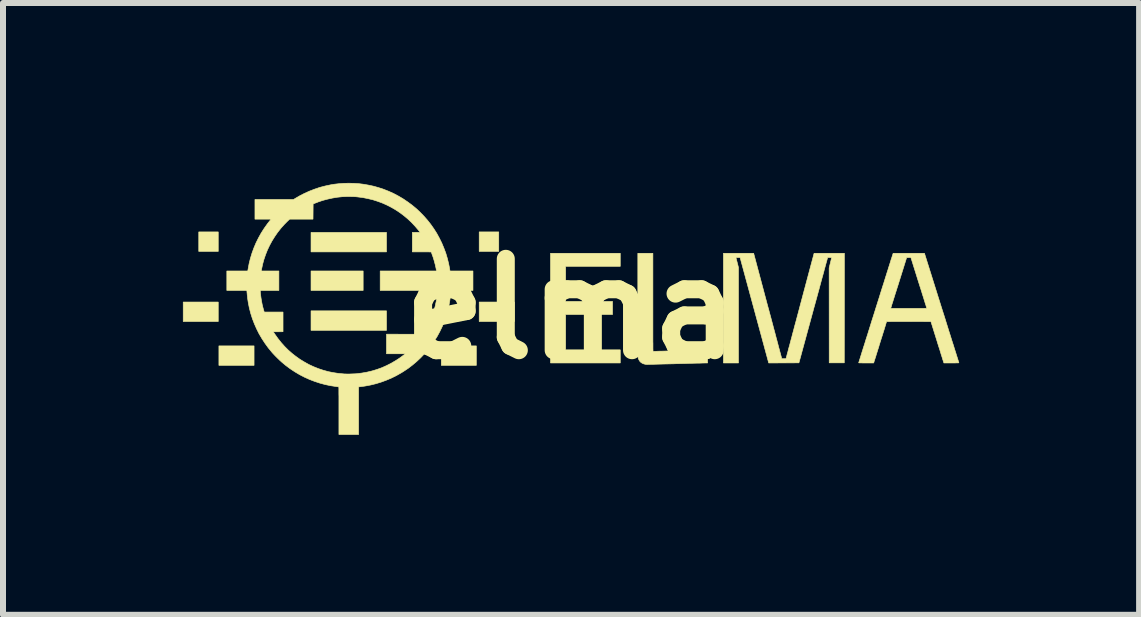
<source format=kicad_pcb>
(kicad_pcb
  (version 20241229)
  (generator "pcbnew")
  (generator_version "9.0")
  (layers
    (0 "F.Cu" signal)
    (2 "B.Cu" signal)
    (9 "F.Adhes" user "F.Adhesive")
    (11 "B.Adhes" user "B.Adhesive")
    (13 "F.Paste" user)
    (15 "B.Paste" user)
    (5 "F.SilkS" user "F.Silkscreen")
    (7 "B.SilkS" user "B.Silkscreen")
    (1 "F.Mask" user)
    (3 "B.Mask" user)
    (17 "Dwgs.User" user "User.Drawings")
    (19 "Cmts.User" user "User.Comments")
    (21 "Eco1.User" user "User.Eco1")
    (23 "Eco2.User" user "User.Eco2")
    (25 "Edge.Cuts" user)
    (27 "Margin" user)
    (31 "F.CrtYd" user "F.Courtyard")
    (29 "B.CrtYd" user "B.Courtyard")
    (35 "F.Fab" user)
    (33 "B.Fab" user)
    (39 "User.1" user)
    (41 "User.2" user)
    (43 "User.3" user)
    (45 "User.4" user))
  (footprint "elma"
    (layer "F.Cu")
    (at 6.472 2.1)
    (property "Reference" "elma" (at 0 0 0) (layer "F.SilkS") (effects (font (size 1.524 1.524) (thickness 0.3))))
    (attr through_hole)
    (fp_poly (pts (xy -5.883 -0.958) (xy -6.208 -0.958) (xy -6.208 -1.283) (xy -5.883 -1.283) (xy -5.883 -0.958)) (stroke (width 0.01) (type solid)) (fill yes) (layer "F.SilkS"))
    (fp_poly (pts (xy -5.883 0.211) (xy -6.467 0.211) (xy -6.467 -0.114) (xy -5.883 -0.114) (xy -5.883 0.211)) (stroke (width 0.01) (type solid)) (fill yes) (layer "F.SilkS"))
    (fp_poly (pts (xy -5.286 0.942) (xy -5.872 0.942) (xy -5.872 0.617) (xy -5.286 0.617) (xy -5.286 0.942)) (stroke (width 0.01) (type solid)) (fill yes) (layer "F.SilkS"))
    (fp_poly (pts (xy -3.467 -0.307) (xy -4.336 -0.307) (xy -4.336 -0.632) (xy -3.467 -0.632) (xy -3.467 -0.307)) (stroke (width 0.01) (type solid)) (fill yes) (layer "F.SilkS"))
    (fp_poly (pts (xy -3.078 -0.95) (xy -4.336 -0.95) (xy -4.336 -1.275) (xy -3.078 -1.275) (xy -3.078 -0.95)) (stroke (width 0.01) (type solid)) (fill yes) (layer "F.SilkS"))
    (fp_poly (pts (xy -3.078 0.358) (xy -4.336 0.358) (xy -4.336 0.033) (xy -3.078 0.033) (xy -3.078 0.358)) (stroke (width 0.01) (type solid)) (fill yes) (layer "F.SilkS"))
    (fp_poly (pts (xy -1.58 0.942) (xy -2.164 0.942) (xy -2.164 0.617) (xy -1.58 0.617) (xy -1.58 0.942)) (stroke (width 0.01) (type solid)) (fill yes) (layer "F.SilkS"))
    (fp_poly (pts (xy -1.206 -0.958) (xy -1.532 -0.958) (xy -1.532 -1.283) (xy -1.206 -1.283) (xy -1.206 -0.958)) (stroke (width 0.01) (type solid)) (fill yes) (layer "F.SilkS"))
    (fp_poly (pts (xy -0.947 0.211) (xy -1.532 0.211) (xy -1.532 -0.114) (xy -0.947 -0.114) (xy -0.947 0.211)) (stroke (width 0.01) (type solid)) (fill yes) (layer "F.SilkS"))
    (fp_poly (pts (xy 0.82 -0.709) (xy -0.091 -0.709) (xy -0.091 -0.124) (xy 0.691 -0.124) (xy 0.691 0.094) (xy -0.091 0.094) (xy -0.091 0.683) (xy 0.82 0.683) (xy 0.82 0.902) (xy -0.343 0.902) (xy -0.343 -0.927) (xy 0.82 -0.927) (xy 0.82 -0.709)) (stroke (width 0.01) (type solid)) (fill yes) (layer "F.SilkS"))
    (fp_poly (pts (xy 4.556 -0.013) (xy 4.555 0.9) (xy 4.304 0.9) (xy 4.303 -0.682) (xy 4.345 -0.856) (xy 4.278 -0.856) (xy 4.274 -0.84) (xy 4.273 -0.836) (xy 4.27 -0.828) (xy 4.267 -0.815) (xy 4.262 -0.798) (xy 4.256 -0.777) (xy 4.249 -0.751) (xy 4.241 -0.722) (xy 4.232 -0.689) (xy 4.222 -0.653) (xy 4.212 -0.613) (xy 4.2 -0.57) (xy 4.187 -0.524) (xy 4.174 -0.476) (xy 4.16 -0.425) (xy 4.146 -0.372) (xy 4.131 -0.316) (xy 4.115 -0.258) (xy 4.099 -0.199) (xy 4.082 -0.137) (xy 4.065 -0.075) (xy 4.047 -0.011) (xy 4.034 0.038) (xy 3.799 0.9) (xy 3.547 0.901) (xy 3.295 0.902) (xy 2.818 -0.856) (xy 2.749 -0.856) (xy 2.77 -0.773) (xy 2.791 -0.69) (xy 2.791 0.106) (xy 2.791 0.902) (xy 2.54 0.902) (xy 2.54 -0.927) (xy 3.044 -0.927) (xy 3.276 -0.056) (xy 3.294 0.009) (xy 3.311 0.073) (xy 3.328 0.135) (xy 3.344 0.196) (xy 3.36 0.255) (xy 3.375 0.313) (xy 3.39 0.368) (xy 3.404 0.421) (xy 3.417 0.471) (xy 3.43 0.519) (xy 3.442 0.564) (xy 3.453 0.606) (xy 3.463 0.645) (xy 3.473 0.68) (xy 3.481 0.712) (xy 3.489 0.74) (xy 3.495 0.765) (xy 3.501 0.785) (xy 3.505 0.801) (xy 3.508 0.813) (xy 3.51 0.82) (xy 3.511 0.822) (xy 3.513 0.831) (xy 3.583 0.831) (xy 3.586 0.82) (xy 3.587 0.817) (xy 3.589 0.809) (xy 3.592 0.797) (xy 3.597 0.78) (xy 3.602 0.759) (xy 3.609 0.734) (xy 3.617 0.705) (xy 3.625 0.672) (xy 3.635 0.636) (xy 3.646 0.597) (xy 3.657 0.554) (xy 3.669 0.509) (xy 3.682 0.461) (xy 3.695 0.41) (xy 3.71 0.356) (xy 3.724 0.301) (xy 3.74 0.243) (xy 3.756 0.184) (xy 3.772 0.123) (xy 3.789 0.06) (xy 3.806 -0.004) (xy 3.82 -0.058) (xy 4.052 -0.927) (xy 4.305 -0.927) (xy 4.557 -0.927) (xy 4.556 -0.013)) (stroke (width 0.01) (type solid)) (fill yes) (layer "F.SilkS"))
    (fp_poly (pts (xy 1.364 -0.033) (xy 1.364 0.039) (xy 1.364 0.106) (xy 1.364 0.168) (xy 1.364 0.226) (xy 1.364 0.28) (xy 1.364 0.329) (xy 1.364 0.375) (xy 1.364 0.416) (xy 1.364 0.454) (xy 1.364 0.489) (xy 1.364 0.521) (xy 1.364 0.549) (xy 1.365 0.574) (xy 1.365 0.597) (xy 1.365 0.616) (xy 1.365 0.634) (xy 1.365 0.649) (xy 1.365 0.662) (xy 1.365 0.673) (xy 1.366 0.682) (xy 1.366 0.689) (xy 1.366 0.695) (xy 1.366 0.7) (xy 1.367 0.703) (xy 1.367 0.706) (xy 1.367 0.707) (xy 1.368 0.708) (xy 1.368 0.709) (xy 1.368 0.709) (xy 1.371 0.709) (xy 1.379 0.708) (xy 1.392 0.708) (xy 1.408 0.708) (xy 1.429 0.707) (xy 1.453 0.706) (xy 1.481 0.705) (xy 1.512 0.705) (xy 1.547 0.704) (xy 1.584 0.703) (xy 1.623 0.701) (xy 1.665 0.7) (xy 1.708 0.699) (xy 1.754 0.698) (xy 1.8 0.696) (xy 1.816 0.696) (xy 1.863 0.695) (xy 1.909 0.693) (xy 1.953 0.692) (xy 1.996 0.691) (xy 2.036 0.69) (xy 2.074 0.689) (xy 2.11 0.688) (xy 2.142 0.687) (xy 2.172 0.686) (xy 2.198 0.685) (xy 2.22 0.685) (xy 2.238 0.684) (xy 2.252 0.684) (xy 2.262 0.683) (xy 2.267 0.683) (xy 2.268 0.683) (xy 2.276 0.683) (xy 2.276 0.902) (xy 2.26 0.902) (xy 2.256 0.902) (xy 2.247 0.902) (xy 2.233 0.902) (xy 2.216 0.903) (xy 2.194 0.903) (xy 2.168 0.904) (xy 2.139 0.905) (xy 2.106 0.905) (xy 2.071 0.906) (xy 2.033 0.907) (xy 1.992 0.908) (xy 1.949 0.909) (xy 1.904 0.911) (xy 1.857 0.912) (xy 1.809 0.913) (xy 1.76 0.914) (xy 1.711 0.916) (xy 1.663 0.917) (xy 1.616 0.918) (xy 1.571 0.919) (xy 1.528 0.92) (xy 1.488 0.921) (xy 1.45 0.922) (xy 1.415 0.923) (xy 1.382 0.924) (xy 1.354 0.925) (xy 1.328 0.925) (xy 1.307 0.926) (xy 1.289 0.926) (xy 1.276 0.927) (xy 1.267 0.927) (xy 1.264 0.927) (xy 1.253 0.926) (xy 1.242 0.925) (xy 1.237 0.924) (xy 1.213 0.918) (xy 1.19 0.909) (xy 1.169 0.896) (xy 1.152 0.881) (xy 1.15 0.879) (xy 1.144 0.871) (xy 1.137 0.86) (xy 1.131 0.849) (xy 1.13 0.847) (xy 1.129 0.844) (xy 1.127 0.841) (xy 1.126 0.839) (xy 1.124 0.836) (xy 1.123 0.834) (xy 1.122 0.831) (xy 1.121 0.828) (xy 1.12 0.824) (xy 1.119 0.82) (xy 1.118 0.815) (xy 1.118 0.809) (xy 1.117 0.801) (xy 1.116 0.792) (xy 1.116 0.782) (xy 1.115 0.77) (xy 1.115 0.756) (xy 1.114 0.74) (xy 1.114 0.722) (xy 1.114 0.702) (xy 1.113 0.679) (xy 1.113 0.653) (xy 1.113 0.625) (xy 1.113 0.594) (xy 1.113 0.559) (xy 1.113 0.521) (xy 1.113 0.48) (xy 1.113 0.435) (xy 1.113 0.386) (xy 1.112 0.334) (xy 1.112 0.277) (xy 1.112 0.216) (xy 1.113 0.15) (xy 1.113 0.08) (xy 1.113 0.005) (xy 1.113 -0.07) (xy 1.113 -0.927) (xy 1.364 -0.927) (xy 1.364 -0.033)) (stroke (width 0.01) (type solid)) (fill yes) (layer "F.SilkS"))
    (fp_poly (pts (xy 5.892 -0.927) (xy 6.178 -0.016) (xy 6.199 0.05) (xy 6.22 0.115) (xy 6.24 0.179) (xy 6.259 0.241) (xy 6.278 0.301) (xy 6.296 0.36) (xy 6.314 0.416) (xy 6.331 0.47) (xy 6.347 0.522) (xy 6.363 0.571) (xy 6.378 0.617) (xy 6.391 0.66) (xy 6.404 0.701) (xy 6.416 0.738) (xy 6.426 0.772) (xy 6.436 0.802) (xy 6.444 0.828) (xy 6.451 0.85) (xy 6.457 0.869) (xy 6.461 0.883) (xy 6.464 0.893) (xy 6.466 0.898) (xy 6.466 0.899) (xy 6.466 0.899) (xy 6.463 0.9) (xy 6.457 0.9) (xy 6.449 0.901) (xy 6.437 0.901) (xy 6.422 0.901) (xy 6.403 0.902) (xy 6.38 0.902) (xy 6.352 0.902) (xy 6.341 0.902) (xy 6.216 0.902) (xy 6.208 0.877) (xy 6.206 0.871) (xy 6.203 0.861) (xy 6.198 0.847) (xy 6.193 0.829) (xy 6.186 0.807) (xy 6.178 0.782) (xy 6.169 0.754) (xy 6.16 0.724) (xy 6.15 0.691) (xy 6.139 0.656) (xy 6.127 0.619) (xy 6.115 0.581) (xy 6.103 0.541) (xy 6.1 0.532) (xy 6 0.212) (xy 5.63 0.211) (xy 5.587 0.211) (xy 5.546 0.211) (xy 5.506 0.211) (xy 5.468 0.211) (xy 5.433 0.211) (xy 5.4 0.211) (xy 5.369 0.211) (xy 5.342 0.211) (xy 5.318 0.212) (xy 5.298 0.212) (xy 5.282 0.212) (xy 5.27 0.212) (xy 5.263 0.212) (xy 5.26 0.212) (xy 5.26 0.212) (xy 5.26 0.215) (xy 5.257 0.222) (xy 5.254 0.233) (xy 5.249 0.248) (xy 5.244 0.267) (xy 5.237 0.289) (xy 5.229 0.314) (xy 5.221 0.341) (xy 5.212 0.37) (xy 5.202 0.401) (xy 5.192 0.434) (xy 5.181 0.468) (xy 5.17 0.502) (xy 5.159 0.537) (xy 5.148 0.573) (xy 5.137 0.608) (xy 5.127 0.643) (xy 5.116 0.676) (xy 5.106 0.709) (xy 5.096 0.74) (xy 5.087 0.769) (xy 5.079 0.796) (xy 5.071 0.821) (xy 5.064 0.842) (xy 5.058 0.861) (xy 5.053 0.876) (xy 5.05 0.887) (xy 5.048 0.894) (xy 5.047 0.896) (xy 5.045 0.902) (xy 4.92 0.902) (xy 4.889 0.902) (xy 4.862 0.902) (xy 4.841 0.901) (xy 4.824 0.901) (xy 4.811 0.901) (xy 4.802 0.9) (xy 4.797 0.9) (xy 4.796 0.899) (xy 4.796 0.896) (xy 4.798 0.889) (xy 4.802 0.878) (xy 4.807 0.862) (xy 4.813 0.842) (xy 4.821 0.818) (xy 4.829 0.791) (xy 4.839 0.76) (xy 4.849 0.726) (xy 4.861 0.689) (xy 4.873 0.65) (xy 4.887 0.607) (xy 4.901 0.563) (xy 4.915 0.516) (xy 4.931 0.467) (xy 4.947 0.417) (xy 4.963 0.365) (xy 4.98 0.311) (xy 4.997 0.256) (xy 5.014 0.201) (xy 5.032 0.145) (xy 5.05 0.088) (xy 5.068 0.031) (xy 5.08 -0.008) (xy 5.329 -0.008) (xy 5.63 -0.008) (xy 5.668 -0.008) (xy 5.706 -0.008) (xy 5.741 -0.008) (xy 5.774 -0.008) (xy 5.806 -0.008) (xy 5.834 -0.008) (xy 5.859 -0.008) (xy 5.881 -0.008) (xy 5.9 -0.009) (xy 5.914 -0.009) (xy 5.924 -0.009) (xy 5.93 -0.009) (xy 5.931 -0.01) (xy 5.93 -0.012) (xy 5.928 -0.019) (xy 5.924 -0.031) (xy 5.92 -0.046) (xy 5.914 -0.066) (xy 5.906 -0.089) (xy 5.898 -0.116) (xy 5.889 -0.145) (xy 5.879 -0.178) (xy 5.868 -0.213) (xy 5.856 -0.25) (xy 5.844 -0.29) (xy 5.831 -0.331) (xy 5.817 -0.374) (xy 5.803 -0.419) (xy 5.798 -0.434) (xy 5.666 -0.856) (xy 5.595 -0.855) (xy 5.464 -0.437) (xy 5.45 -0.392) (xy 5.436 -0.349) (xy 5.423 -0.307) (xy 5.41 -0.267) (xy 5.398 -0.229) (xy 5.387 -0.193) (xy 5.376 -0.159) (xy 5.367 -0.129) (xy 5.358 -0.101) (xy 5.35 -0.077) (xy 5.344 -0.056) (xy 5.339 -0.039) (xy 5.335 -0.026) (xy 5.332 -0.018) (xy 5.331 -0.014) (xy 5.33 -0.013) (xy 5.329 -0.008) (xy 5.08 -0.008) (xy 5.086 -0.027) (xy 5.104 -0.084) (xy 5.122 -0.141) (xy 5.14 -0.197) (xy 5.157 -0.253) (xy 5.174 -0.307) (xy 5.191 -0.361) (xy 5.208 -0.413) (xy 5.224 -0.464) (xy 5.239 -0.513) (xy 5.254 -0.56) (xy 5.268 -0.605) (xy 5.282 -0.648) (xy 5.294 -0.688) (xy 5.306 -0.725) (xy 5.317 -0.76) (xy 5.327 -0.791) (xy 5.335 -0.819) (xy 5.343 -0.843) (xy 5.35 -0.864) (xy 5.355 -0.88) (xy 5.356 -0.883) (xy 5.37 -0.927) (xy 5.892 -0.927)) (stroke (width 0.01) (type solid)) (fill yes) (layer "F.SilkS"))
    (fp_poly (pts (xy -3.623 -2.093) (xy -3.542 -2.088) (xy -3.468 -2.079) (xy -3.381 -2.064) (xy -3.296 -2.046) (xy -3.214 -2.023) (xy -3.133 -1.997) (xy -3.128 -1.995) (xy -3.042 -1.961) (xy -2.958 -1.923) (xy -2.877 -1.88) (xy -2.799 -1.834) (xy -2.724 -1.783) (xy -2.651 -1.729) (xy -2.582 -1.672) (xy -2.516 -1.61) (xy -2.454 -1.546) (xy -2.394 -1.478) (xy -2.339 -1.408) (xy -2.287 -1.334) (xy -2.239 -1.258) (xy -2.196 -1.179) (xy -2.156 -1.098) (xy -2.121 -1.014) (xy -2.089 -0.929) (xy -2.063 -0.841) (xy -2.041 -0.752) (xy -2.035 -0.721) (xy -2.032 -0.706) (xy -2.029 -0.691) (xy -2.027 -0.678) (xy -2.025 -0.667) (xy -2.024 -0.664) (xy -2.023 -0.654) (xy -2.021 -0.645) (xy -2.02 -0.639) (xy -2.019 -0.632) (xy -1.827 -0.632) (xy -1.636 -0.632) (xy -1.636 -0.307) (xy -1.82 -0.307) (xy -1.855 -0.307) (xy -1.885 -0.307) (xy -1.911 -0.307) (xy -1.933 -0.307) (xy -1.952 -0.307) (xy -1.967 -0.307) (xy -1.978 -0.307) (xy -1.988 -0.306) (xy -1.994 -0.306) (xy -1.999 -0.305) (xy -2.002 -0.305) (xy -2.004 -0.304) (xy -2.005 -0.303) (xy -2.005 -0.303) (xy -2.006 -0.299) (xy -2.006 -0.291) (xy -2.007 -0.285) (xy -2.007 -0.277) (xy -2.008 -0.264) (xy -2.009 -0.248) (xy -2.011 -0.23) (xy -2.013 -0.211) (xy -2.015 -0.191) (xy -2.017 -0.171) (xy -2.02 -0.153) (xy -2.022 -0.138) (xy -2.022 -0.137) (xy -2.038 -0.047) (xy -2.059 0.041) (xy -2.085 0.129) (xy -2.115 0.214) (xy -2.15 0.298) (xy -2.189 0.379) (xy -2.232 0.458) (xy -2.28 0.535) (xy -2.331 0.61) (xy -2.386 0.681) (xy -2.446 0.75) (xy -2.508 0.815) (xy -2.575 0.878) (xy -2.644 0.936) (xy -2.717 0.992) (xy -2.794 1.043) (xy -2.831 1.066) (xy -2.912 1.112) (xy -2.995 1.153) (xy -3.08 1.189) (xy -3.167 1.221) (xy -3.255 1.248) (xy -3.345 1.27) (xy -3.436 1.287) (xy -3.516 1.298) (xy -3.543 1.301) (xy -3.543 2.095) (xy -3.871 2.095) (xy -3.871 1.698) (xy -3.871 1.642) (xy -3.871 1.59) (xy -3.871 1.541) (xy -3.871 1.497) (xy -3.871 1.457) (xy -3.872 1.422) (xy -3.872 1.391) (xy -3.872 1.364) (xy -3.872 1.342) (xy -3.872 1.324) (xy -3.873 1.311) (xy -3.873 1.303) (xy -3.873 1.3) (xy -3.873 1.3) (xy -3.877 1.3) (xy -3.884 1.299) (xy -3.895 1.298) (xy -3.907 1.296) (xy -3.916 1.295) (xy -4.009 1.281) (xy -4.1 1.262) (xy -4.189 1.238) (xy -4.277 1.209) (xy -4.363 1.176) (xy -4.447 1.138) (xy -4.528 1.096) (xy -4.607 1.049) (xy -4.684 0.998) (xy -4.759 0.942) (xy -4.831 0.882) (xy -4.841 0.872) (xy -4.856 0.859) (xy -4.873 0.842) (xy -4.892 0.824) (xy -4.911 0.805) (xy -4.931 0.785) (xy -4.949 0.766) (xy -4.966 0.748) (xy -4.981 0.732) (xy -4.99 0.721) (xy -5.05 0.648) (xy -5.105 0.572) (xy -5.156 0.494) (xy -5.203 0.414) (xy -5.244 0.332) (xy -5.281 0.248) (xy -5.314 0.162) (xy -5.342 0.074) (xy -5.365 -0.015) (xy -5.383 -0.106) (xy -5.394 -0.179) (xy -5.395 -0.19) (xy -5.396 -0.203) (xy -5.398 -0.219) (xy -5.4 -0.235) (xy -5.401 -0.252) (xy -5.403 -0.268) (xy -5.404 -0.282) (xy -5.405 -0.294) (xy -5.405 -0.301) (xy -5.405 -0.303) (xy -5.405 -0.304) (xy -5.406 -0.305) (xy -5.408 -0.305) (xy -5.412 -0.306) (xy -5.417 -0.306) (xy -5.424 -0.307) (xy -5.434 -0.307) (xy -5.446 -0.307) (xy -5.462 -0.307) (xy -5.482 -0.307) (xy -5.505 -0.307) (xy -5.532 -0.307) (xy -5.565 -0.307) (xy -5.182 -0.307) (xy -5.181 -0.279) (xy -5.178 -0.248) (xy -5.174 -0.214) (xy -5.169 -0.177) (xy -5.163 -0.14) (xy -5.156 -0.102) (xy -5.149 -0.066) (xy -5.147 -0.061) (xy -5.144 -0.046) (xy -5.14 -0.03) (xy -5.135 -0.012) (xy -5.131 0.004) (xy -5.126 0.02) (xy -5.122 0.034) (xy -5.119 0.044) (xy -5.118 0.048) (xy -5.116 0.053) (xy -4.803 0.053) (xy -4.803 0.381) (xy -4.885 0.382) (xy -4.966 0.382) (xy -4.939 0.422) (xy -4.888 0.494) (xy -4.834 0.562) (xy -4.776 0.627) (xy -4.715 0.688) (xy -4.65 0.745) (xy -4.592 0.79) (xy -4.521 0.841) (xy -4.447 0.886) (xy -4.372 0.928) (xy -4.294 0.964) (xy -4.214 0.996) (xy -4.133 1.023) (xy -4.05 1.046) (xy -3.965 1.063) (xy -3.879 1.076) (xy -3.791 1.084) (xy -3.787 1.085) (xy -3.768 1.085) (xy -3.744 1.086) (xy -3.718 1.086) (xy -3.691 1.086) (xy -3.663 1.085) (xy -3.636 1.084) (xy -3.61 1.083) (xy -3.588 1.082) (xy -3.575 1.081) (xy -3.487 1.07) (xy -3.402 1.055) (xy -3.318 1.035) (xy -3.236 1.01) (xy -3.155 0.981) (xy -3.077 0.946) (xy -3 0.907) (xy -2.925 0.863) (xy -2.892 0.842) (xy -2.875 0.831) (xy -2.856 0.818) (xy -2.838 0.805) (xy -2.82 0.792) (xy -2.803 0.779) (xy -2.788 0.768) (xy -2.777 0.759) (xy -2.774 0.757) (xy -2.766 0.749) (xy -3.078 0.749) (xy -3.078 0.422) (xy -2.501 0.423) (xy -2.498 0.464) (xy -2.474 0.427) (xy -2.427 0.353) (xy -2.386 0.276) (xy -2.349 0.198) (xy -2.316 0.119) (xy -2.289 0.037) (xy -2.266 -0.045) (xy -2.248 -0.129) (xy -2.235 -0.214) (xy -2.229 -0.284) (xy -2.227 -0.307) (xy -3.183 -0.307) (xy -3.183 -0.632) (xy -2.245 -0.632) (xy -2.245 -0.638) (xy -2.246 -0.644) (xy -2.248 -0.654) (xy -2.25 -0.667) (xy -2.253 -0.683) (xy -2.257 -0.7) (xy -2.261 -0.718) (xy -2.265 -0.737) (xy -2.27 -0.754) (xy -2.272 -0.763) (xy -2.286 -0.814) (xy -2.301 -0.863) (xy -2.317 -0.906) (xy -2.321 -0.919) (xy -2.325 -0.93) (xy -2.329 -0.939) (xy -2.331 -0.945) (xy -2.331 -0.946) (xy -2.331 -0.946) (xy -2.333 -0.947) (xy -2.335 -0.948) (xy -2.339 -0.948) (xy -2.344 -0.949) (xy -2.352 -0.949) (xy -2.362 -0.949) (xy -2.375 -0.95) (xy -2.392 -0.95) (xy -2.412 -0.95) (xy -2.436 -0.95) (xy -2.465 -0.95) (xy -2.489 -0.95) (xy -2.647 -0.95) (xy -2.647 -1.275) (xy -2.582 -1.276) (xy -2.517 -1.276) (xy -2.545 -1.312) (xy -2.602 -1.379) (xy -2.662 -1.443) (xy -2.725 -1.502) (xy -2.791 -1.557) (xy -2.86 -1.608) (xy -2.914 -1.644) (xy -2.988 -1.688) (xy -3.065 -1.728) (xy -3.143 -1.763) (xy -3.224 -1.793) (xy -3.305 -1.819) (xy -3.389 -1.839) (xy -3.475 -1.856) (xy -3.563 -1.867) (xy -3.593 -1.87) (xy -3.611 -1.871) (xy -3.632 -1.872) (xy -3.657 -1.872) (xy -3.683 -1.873) (xy -3.711 -1.873) (xy -3.738 -1.873) (xy -3.764 -1.872) (xy -3.787 -1.871) (xy -3.808 -1.87) (xy -3.816 -1.87) (xy -3.9 -1.861) (xy -3.982 -1.847) (xy -4.063 -1.829) (xy -4.142 -1.808) (xy -4.219 -1.782) (xy -4.262 -1.765) (xy -4.301 -1.749) (xy -4.303 -1.496) (xy -4.692 -1.496) (xy -4.72 -1.47) (xy -4.739 -1.452) (xy -4.759 -1.431) (xy -4.781 -1.409) (xy -4.802 -1.385) (xy -4.823 -1.362) (xy -4.842 -1.34) (xy -4.842 -1.34) (xy -4.894 -1.274) (xy -4.942 -1.204) (xy -4.987 -1.132) (xy -5.027 -1.058) (xy -5.063 -0.982) (xy -5.094 -0.904) (xy -5.121 -0.825) (xy -5.143 -0.745) (xy -5.157 -0.678) (xy -5.16 -0.665) (xy -5.162 -0.653) (xy -5.164 -0.644) (xy -5.165 -0.639) (xy -5.165 -0.638) (xy -5.166 -0.632) (xy -4.872 -0.632) (xy -4.872 -0.307) (xy -5.182 -0.307) (xy -5.565 -0.307) (xy -5.74 -0.307) (xy -5.74 -0.632) (xy -5.391 -0.632) (xy -5.386 -0.66) (xy -5.369 -0.752) (xy -5.347 -0.842) (xy -5.32 -0.931) (xy -5.288 -1.018) (xy -5.252 -1.103) (xy -5.211 -1.185) (xy -5.166 -1.266) (xy -5.116 -1.344) (xy -5.062 -1.42) (xy -5.033 -1.457) (xy -5.001 -1.496) (xy -5.271 -1.496) (xy -5.271 -1.824) (xy -4.627 -1.824) (xy -4.602 -1.84) (xy -4.523 -1.886) (xy -4.443 -1.927) (xy -4.36 -1.964) (xy -4.274 -1.997) (xy -4.188 -2.026) (xy -4.099 -2.049) (xy -4.01 -2.068) (xy -3.952 -2.078) (xy -3.872 -2.087) (xy -3.789 -2.093) (xy -3.706 -2.095) (xy -3.623 -2.093)) (stroke (width 0.01) (type solid)) (fill yes) (layer "F.SilkS")))
  (gr_rect
    (start -3 -3)
    (end 15.943 7.201)
    (stroke (width 0.1) (type default))
    (fill no)
    (layer "Edge.Cuts")))
</source>
